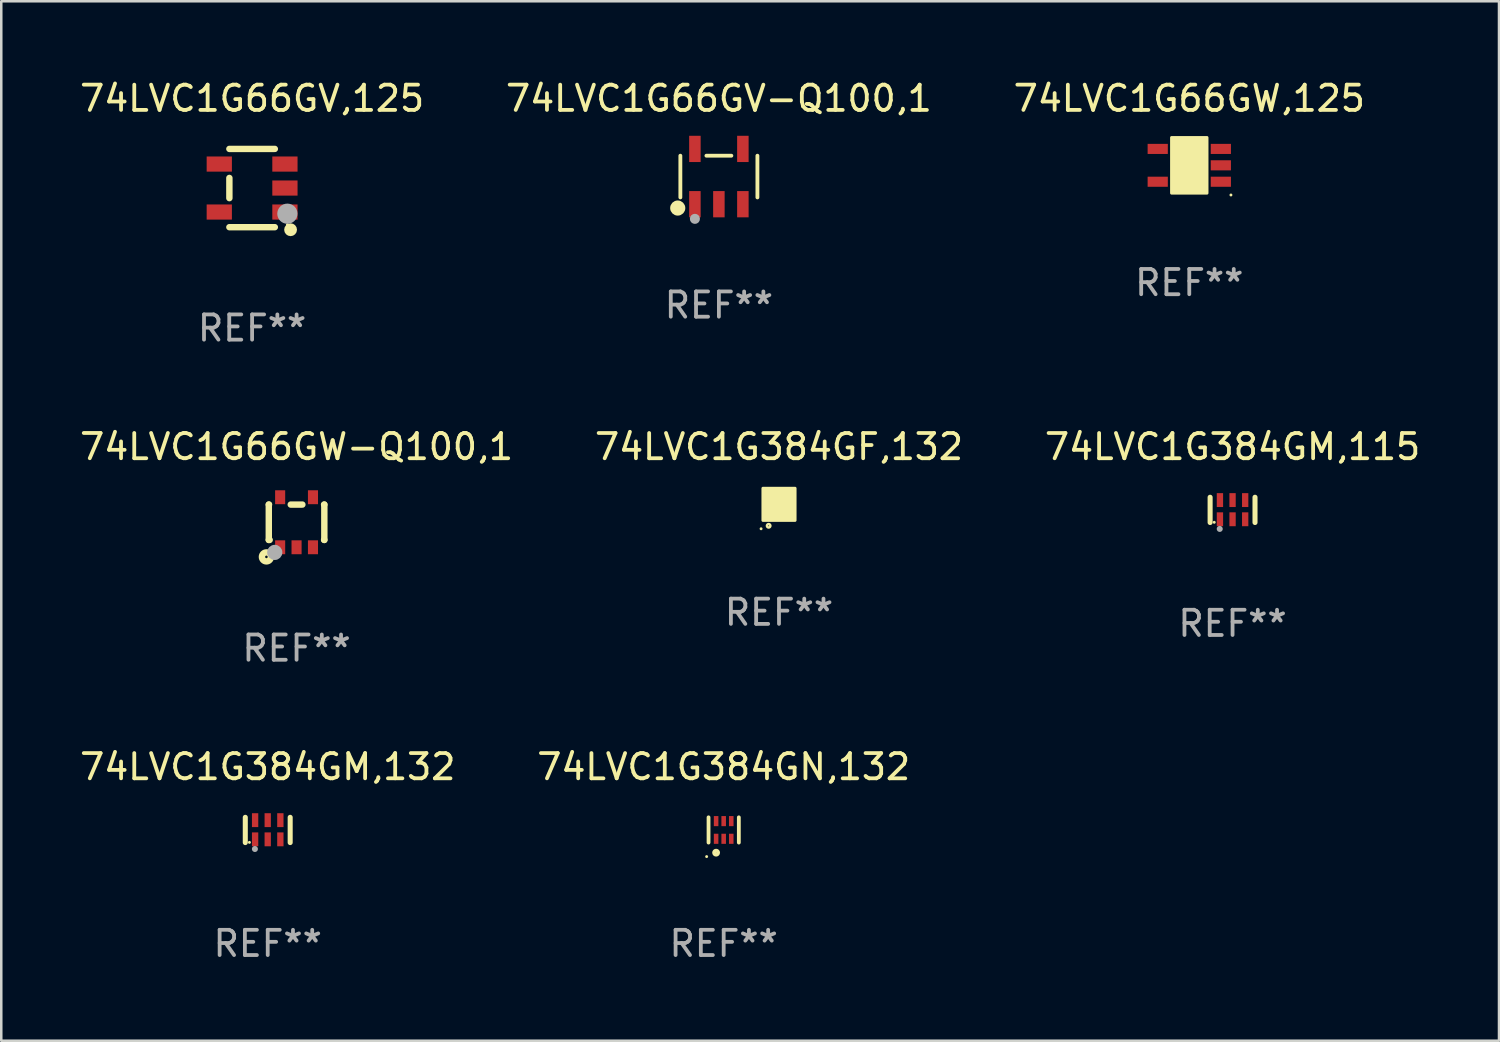
<source format=kicad_pcb>
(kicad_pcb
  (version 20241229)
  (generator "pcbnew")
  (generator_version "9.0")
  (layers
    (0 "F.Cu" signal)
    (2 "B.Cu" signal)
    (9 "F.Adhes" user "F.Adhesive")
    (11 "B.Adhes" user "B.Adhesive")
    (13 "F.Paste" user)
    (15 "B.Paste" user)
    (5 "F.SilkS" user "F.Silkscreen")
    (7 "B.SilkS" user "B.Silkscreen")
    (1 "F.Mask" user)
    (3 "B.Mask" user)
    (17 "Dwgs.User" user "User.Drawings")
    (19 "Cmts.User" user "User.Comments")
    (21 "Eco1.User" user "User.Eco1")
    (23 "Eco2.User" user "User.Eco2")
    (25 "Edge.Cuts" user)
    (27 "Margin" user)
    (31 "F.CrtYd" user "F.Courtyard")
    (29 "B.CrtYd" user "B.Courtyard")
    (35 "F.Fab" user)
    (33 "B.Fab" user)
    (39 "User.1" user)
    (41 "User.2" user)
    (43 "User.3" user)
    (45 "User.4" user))
  (footprint "74LVC1G384GN,132"
    (layer "F.Cu")
    (at 25.613 29.822)
    (property "Reference" "74LVC1G384GN,132" (at 0 -2.5 0) (layer "F.SilkS") (effects (font (size 1 1) (thickness 0.15))))
    (attr through_hole)
    (fp_line (start -0.6 -0.5) (end -0.6 0.5) (stroke (width 0.15) (type solid)) (layer "F.SilkS"))
    (fp_line (start 0.6 0.5) (end 0.6 -0.5) (stroke (width 0.15) (type solid)) (layer "F.SilkS"))
    (fp_circle (center -0.675 1.055) (end -0.645 1.055) (stroke (width 0.06) (type solid)) (fill no) (layer "F.SilkS"))
    (fp_circle (center -0.3 0.9) (end -0.22 0.9) (stroke (width 0.15) (type solid)) (fill no) (layer "F.SilkS"))
    (fp_text user "REF**" (at 0 4.5 0) (layer "F.Fab") (effects (font (size 1 1) (thickness 0.15))))
    (pad "1" smd rect (at -0.3 0.35) (size 0.18 0.4) (layers "F.Cu" "F.Mask" "F.Paste"))
    (pad "2" smd rect (at 0.000025 0.35) (size 0.18 0.4) (layers "F.Cu" "F.Mask" "F.Paste"))
    (pad "3" smd rect (at 0.3 0.35) (size 0.18 0.4) (layers "F.Cu" "F.Mask" "F.Paste"))
    (pad "4" smd rect (at 0.3 -0.35) (size 0.18 0.4) (layers "F.Cu" "F.Mask" "F.Paste"))
    (pad "5" smd rect (at 0.000025 -0.35) (size 0.18 0.4) (layers "F.Cu" "F.Mask" "F.Paste"))
    (pad "6" smd rect (at -0.3 -0.35) (size 0.18 0.4) (layers "F.Cu" "F.Mask" "F.Paste")))
  (footprint "74LVC1G66GV-Q100,1"
    (layer "F.Cu")
    (at 25.423 3.943)
    (property "Reference" "74LVC1G66GV-Q100,1" (at 0 -3.095 0) (layer "F.SilkS") (effects (font (size 1 1) (thickness 0.15))))
    (attr through_hole)
    (fp_line (start -1.526 0.826) (end -1.526 -0.826) (stroke (width 0.152) (type solid)) (layer "F.SilkS"))
    (fp_line (start 0.494 -0.826) (end -0.494 -0.826) (stroke (width 0.152) (type solid)) (layer "F.SilkS"))
    (fp_line (start 1.526 0.826) (end 1.526 -0.826) (stroke (width 0.152) (type solid)) (layer "F.SilkS"))
    (fp_circle (center -1.63 1.247) (end -1.48 1.247) (stroke (width 0.3) (type solid)) (fill no) (layer "F.SilkS"))
    (fp_circle (center -1.45 1.375) (end -1.42 1.375) (stroke (width 0.06) (type solid)) (fill no) (layer "F.SilkS"))
    (fp_circle (center -0.95 1.675) (end -0.85 1.675) (stroke (width 0.2) (type solid)) (fill no) (layer "F.Fab"))
    (fp_text user "REF**" (at 0 5.095 0) (layer "F.Fab") (effects (font (size 1 1) (thickness 0.15))))
    (pad "1" smd rect (at -0.95 1.095) (size 0.455 1.04) (layers "F.Cu" "F.Mask" "F.Paste"))
    (pad "2" smd rect (at 0 1.095) (size 0.455 1.04) (layers "F.Cu" "F.Mask" "F.Paste"))
    (pad "3" smd rect (at 0.95 1.095) (size 0.455 1.04) (layers "F.Cu" "F.Mask" "F.Paste"))
    (pad "4" smd rect (at 0.95 -1.095) (size 0.455 1.04) (layers "F.Cu" "F.Mask" "F.Paste"))
    (pad "5" smd rect (at -0.95 -1.095) (size 0.455 1.04) (layers "F.Cu" "F.Mask" "F.Paste")))
  (footprint "74LVC1G384GM,132"
    (layer "F.Cu")
    (at 7.554 29.822)
    (property "Reference" "74LVC1G384GM,132" (at 0 -2.5 0) (layer "F.SilkS") (effects (font (size 1 1) (thickness 0.15))))
    (attr through_hole)
    (fp_line (start -0.889 0.5) (end -0.889 -0.5) (stroke (width 0.2) (type solid)) (layer "F.SilkS"))
    (fp_line (start 0.889 0.5) (end 0.889 -0.5) (stroke (width 0.2) (type solid)) (layer "F.SilkS"))
    (fp_circle (center -0.725 0.492) (end -0.695 0.492) (stroke (width 0.06) (type solid)) (fill no) (layer "F.SilkS"))
    (fp_circle (center -0.508 0.754) (end -0.448 0.754) (stroke (width 0.12) (type solid)) (fill no) (layer "F.Fab"))
    (fp_text user "REF**" (at 0 4.5 0) (layer "F.Fab") (effects (font (size 1 1) (thickness 0.15))))
    (pad "1" smd rect (at -0.5 0.372) (size 0.25 0.55) (layers "F.Cu" "F.Mask" "F.Paste"))
    (pad "2" smd rect (at -0.000127 0.372) (size 0.25 0.55) (layers "F.Cu" "F.Mask" "F.Paste"))
    (pad "3" smd rect (at 0.5 0.372) (size 0.25 0.55) (layers "F.Cu" "F.Mask" "F.Paste"))
    (pad "4" smd rect (at 0.5 -0.388 180) (size 0.25 0.55) (layers "F.Cu" "F.Mask" "F.Paste"))
    (pad "5" smd rect (at -0.000127 -0.388 180) (size 0.25 0.55) (layers "F.Cu" "F.Mask" "F.Paste"))
    (pad "6" smd rect (at -0.5 -0.388 180) (size 0.25 0.55) (layers "F.Cu" "F.Mask" "F.Paste")))
  (footprint "74LVC1G384GF,132"
    (layer "F.Cu")
    (at 27.804 16.925)
    (property "Reference" "74LVC1G384GF,132" (at 0 -2.28 0) (layer "F.SilkS") (effects (font (size 1 1) (thickness 0.15))))
    (attr through_hole)
    (fp_circle (center -0.71 0.968) (end -0.68 0.968) (stroke (width 0.06) (type solid)) (fill no) (layer "F.SilkS"))
    (fp_circle (center -0.41 0.85) (end -0.342 0.85) (stroke (width 0.1) (type solid)) (fill no) (layer "F.SilkS"))
    (fp_poly (pts (xy -0.635 -0.635) (xy 0.635 -0.635) (xy 0.635 0.635) (xy -0.635 0.635)) (stroke (width 0.12) (type solid)) (fill yes) (layer "F.SilkS"))
    (fp_text user "REF**" (at 0 4.28 0) (layer "F.Fab") (effects (font (size 1 1) (thickness 0.15))))
    (pad "1" smd rect (at -0.35 0.28 90) (size 0.35 0.2) (layers "F.Cu" "F.Mask" "F.Paste"))
    (pad "2" smd rect (at 0 0.28 90) (size 0.35 0.2) (layers "F.Cu" "F.Mask" "F.Paste"))
    (pad "3" smd rect (at 0.35 0.28 90) (size 0.35 0.2) (layers "F.Cu" "F.Mask" "F.Paste"))
    (pad "4" smd rect (at 0.35 -0.28 90) (size 0.35 0.2) (layers "F.Cu" "F.Mask" "F.Paste"))
    (pad "5" smd rect (at 0 -0.28 90) (size 0.35 0.2) (layers "F.Cu" "F.Mask" "F.Paste"))
    (pad "6" smd rect (at -0.35 -0.28 90) (size 0.35 0.2) (layers "F.Cu" "F.Mask" "F.Paste")))
  (footprint "74LVC1G384GM,115"
    (layer "F.Cu")
    (at 45.768 17.145)
    (property "Reference" "74LVC1G384GM,115" (at 0 -2.5 0) (layer "F.SilkS") (effects (font (size 1 1) (thickness 0.15))))
    (attr through_hole)
    (fp_line (start -0.889 0.5) (end -0.889 -0.5) (stroke (width 0.2) (type solid)) (layer "F.SilkS"))
    (fp_line (start 0.889 0.5) (end 0.889 -0.5) (stroke (width 0.2) (type solid)) (layer "F.SilkS"))
    (fp_circle (center -0.725 0.492) (end -0.695 0.492) (stroke (width 0.06) (type solid)) (fill no) (layer "F.SilkS"))
    (fp_circle (center -0.508 0.754) (end -0.448 0.754) (stroke (width 0.12) (type solid)) (fill no) (layer "F.Fab"))
    (fp_text user "REF**" (at 0 4.5 0) (layer "F.Fab") (effects (font (size 1 1) (thickness 0.15))))
    (pad "1" smd rect (at -0.5 0.372) (size 0.25 0.55) (layers "F.Cu" "F.Mask" "F.Paste"))
    (pad "2" smd rect (at -0.000127 0.372) (size 0.25 0.55) (layers "F.Cu" "F.Mask" "F.Paste"))
    (pad "3" smd rect (at 0.5 0.372) (size 0.25 0.55) (layers "F.Cu" "F.Mask" "F.Paste"))
    (pad "4" smd rect (at 0.5 -0.388 180) (size 0.25 0.55) (layers "F.Cu" "F.Mask" "F.Paste"))
    (pad "5" smd rect (at -0.000127 -0.388 180) (size 0.25 0.55) (layers "F.Cu" "F.Mask" "F.Paste"))
    (pad "6" smd rect (at -0.5 -0.388 180) (size 0.25 0.55) (layers "F.Cu" "F.Mask" "F.Paste")))
  (footprint "74LVC1G66GW-Q100,1"
    (layer "F.Cu")
    (at 8.696 17.635)
    (property "Reference" "74LVC1G66GW-Q100,1" (at 0 -2.991 0) (layer "F.SilkS") (effects (font (size 1 1) (thickness 0.15))))
    (attr through_hole)
    (fp_line (start -1.1 -0.7) (end -1.1 0.7) (stroke (width 0.254) (type solid)) (layer "F.SilkS"))
    (fp_line (start -1.1 -0.7) (end -1.09 -0.7) (stroke (width 0.254) (type solid)) (layer "F.SilkS"))
    (fp_line (start -1.1 0.7) (end -1.065 0.7) (stroke (width 0.254) (type solid)) (layer "F.SilkS"))
    (fp_line (start -0.23 -0.7) (end 0.23 -0.7) (stroke (width 0.254) (type solid)) (layer "F.SilkS"))
    (fp_line (start 1.09 -0.7) (end 1.1 -0.7) (stroke (width 0.254) (type solid)) (layer "F.SilkS"))
    (fp_line (start 1.09 0.7) (end 1.1 0.7) (stroke (width 0.254) (type solid)) (layer "F.SilkS"))
    (fp_line (start 1.1 -0.7) (end 1.1 0.7) (stroke (width 0.254) (type solid)) (layer "F.SilkS"))
    (fp_circle (center -1.194 1.372) (end -1.143 1.372) (stroke (width 0.254) (type solid)) (fill no) (layer "F.SilkS"))
    (fp_circle (center -1.05 1.063) (end -1.02 1.063) (stroke (width 0.06) (type solid)) (fill no) (layer "F.SilkS"))
    (fp_circle (center -0.864 1.194) (end -0.713 1.194) (stroke (width 0.3) (type solid)) (fill no) (layer "F.Fab"))
    (fp_text user "REF**" (at 0 4.991 0) (layer "F.Fab") (effects (font (size 1 1) (thickness 0.15))))
    (pad "1" smd rect (at -0.65 0.991 180) (size 0.399 0.551) (layers "F.Cu" "F.Mask" "F.Paste"))
    (pad "2" smd rect (at 0 0.991 180) (size 0.399 0.551) (layers "F.Cu" "F.Mask" "F.Paste"))
    (pad "3" smd rect (at 0.65 0.991 180) (size 0.399 0.551) (layers "F.Cu" "F.Mask" "F.Paste"))
    (pad "4" smd rect (at 0.65 -0.991 180) (size 0.399 0.551) (layers "F.Cu" "F.Mask" "F.Paste"))
    (pad "5" smd rect (at -0.65 -0.991 180) (size 0.399 0.551) (layers "F.Cu" "F.Mask" "F.Paste")))
  (footprint "74LVC1G66GV,125"
    (layer "F.Cu")
    (at 6.935 4.398)
    (property "Reference" "74LVC1G66GV,125" (at 0 -3.55 0) (layer "F.SilkS") (effects (font (size 1 1) (thickness 0.15))))
    (attr through_hole)
    (fp_line (start -0.9 -1.55) (end 0.9 -1.55) (stroke (width 0.254) (type solid)) (layer "F.SilkS"))
    (fp_line (start -0.9 0.4) (end -0.9 -0.4) (stroke (width 0.254) (type solid)) (layer "F.SilkS"))
    (fp_line (start -0.9 1.55) (end 0.9 1.55) (stroke (width 0.254) (type solid)) (layer "F.SilkS"))
    (fp_circle (center 1.4 1.45) (end 1.43 1.45) (stroke (width 0.06) (type solid)) (fill no) (layer "F.SilkS"))
    (fp_circle (center 1.524 1.651) (end 1.651 1.651) (stroke (width 0.254) (type solid)) (fill no) (layer "F.SilkS"))
    (fp_circle (center 1.397 1.016) (end 1.597 1.016) (stroke (width 0.4) (type solid)) (fill no) (layer "F.Fab"))
    (fp_text user "REF**" (at 0 5.55 0) (layer "F.Fab") (effects (font (size 1 1) (thickness 0.15))))
    (pad "1" smd rect (at 1.3 0.95) (size 1 0.6) (layers "F.Cu" "F.Mask" "F.Paste"))
    (pad "2" smd rect (at 1.3 -0.000051) (size 1 0.6) (layers "F.Cu" "F.Mask" "F.Paste"))
    (pad "3" smd rect (at 1.3 -0.95) (size 1 0.6) (layers "F.Cu" "F.Mask" "F.Paste"))
    (pad "4" smd rect (at -1.3 -0.95) (size 1 0.6) (layers "F.Cu" "F.Mask" "F.Paste"))
    (pad "5" smd rect (at -1.3 0.95) (size 1 0.6) (layers "F.Cu" "F.Mask" "F.Paste")))
  (footprint "74LVC1G66GW,125"
    (layer "F.Cu")
    (at 44.054 3.498)
    (property "Reference" "74LVC1G66GW,125" (at 0 -2.65 0) (layer "F.SilkS") (effects (font (size 1 1) (thickness 0.15))))
    (attr through_hole)
    (fp_arc (start 0.381001 0.637541) (mid 0.380995 0.636271) (end 0.381001 0.635001) (stroke (width 0.24892) (type solid)) (layer "F.SilkS"))
    (fp_circle (center 1.65 1.175) (end 1.68 1.175) (stroke (width 0.06) (type solid)) (fill no) (layer "F.SilkS"))
    (fp_poly (pts (xy -0.7 -1.1) (xy 0.7 -1.1) (xy 0.7 1.1) (xy -0.7 1.1)) (stroke (width 0.12) (type solid)) (fill yes) (layer "F.SilkS"))
    (fp_text user "REF**" (at 0 4.65 0) (layer "F.Fab") (effects (font (size 1 1) (thickness 0.15))))
    (pad "1" smd rect (at 1.25 0.65 270) (size 0.4 0.8) (layers "F.Cu" "F.Mask" "F.Paste"))
    (pad "2" smd rect (at 1.25 0 270) (size 0.4 0.8) (layers "F.Cu" "F.Mask" "F.Paste"))
    (pad "3" smd rect (at 1.25 -0.65 270) (size 0.4 0.8) (layers "F.Cu" "F.Mask" "F.Paste"))
    (pad "4" smd rect (at -1.25 -0.65 270) (size 0.4 0.8) (layers "F.Cu" "F.Mask" "F.Paste"))
    (pad "5" smd rect (at -1.25 0.65 270) (size 0.4 0.8) (layers "F.Cu" "F.Mask" "F.Paste")))
  (gr_rect
    (start -3 -3)
    (end 56.321 38.171)
    (stroke (width 0.1) (type default))
    (fill no)
    (layer "Edge.Cuts")))
</source>
